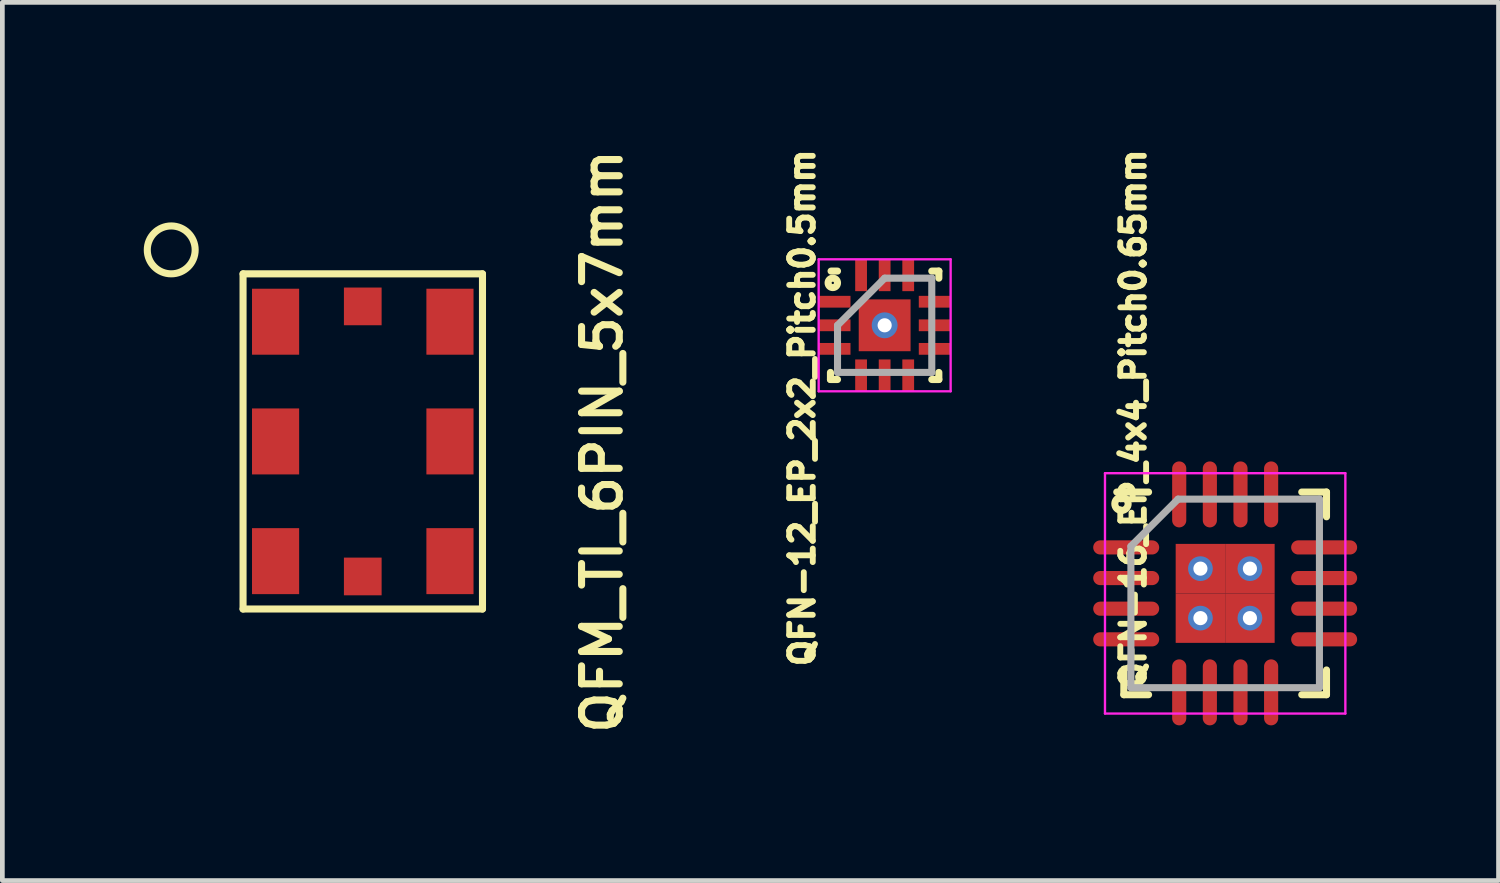
<source format=kicad_pcb>
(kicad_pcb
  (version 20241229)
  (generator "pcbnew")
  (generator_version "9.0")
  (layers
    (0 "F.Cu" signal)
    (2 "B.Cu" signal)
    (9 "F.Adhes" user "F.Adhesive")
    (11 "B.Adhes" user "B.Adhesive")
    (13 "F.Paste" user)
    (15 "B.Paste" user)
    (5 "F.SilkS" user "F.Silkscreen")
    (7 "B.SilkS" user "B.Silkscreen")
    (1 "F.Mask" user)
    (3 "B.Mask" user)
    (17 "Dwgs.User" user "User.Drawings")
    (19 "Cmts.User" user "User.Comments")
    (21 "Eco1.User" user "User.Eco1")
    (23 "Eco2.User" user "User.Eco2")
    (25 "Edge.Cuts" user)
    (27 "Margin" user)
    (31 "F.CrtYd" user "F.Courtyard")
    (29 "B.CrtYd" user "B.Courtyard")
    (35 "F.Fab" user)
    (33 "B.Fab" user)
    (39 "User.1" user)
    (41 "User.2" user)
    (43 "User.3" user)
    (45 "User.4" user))
  (footprint "QFN-12_EP_2x2_Pitch0.5mm"
    (layer "F.Cu")
    (at 15.72 3.852)
    (property "Reference" "QFN-12_EP_2x2_Pitch0.5mm" (at -1.75 1.75 90) (layer "F.SilkS") (effects (font (size 0.5 0.5) (thickness 0.125))))
    (attr smd)
    (fp_line (start -1.15 1.15) (end -1.15 1) (stroke (width 0.15) (type solid)) (layer "F.SilkS"))
    (fp_line (start -1 -1.15) (end -1.137 -1.15) (stroke (width 0.15) (type solid)) (layer "F.SilkS"))
    (fp_line (start -1 1.15) (end -1.15 1.15) (stroke (width 0.15) (type solid)) (layer "F.SilkS"))
    (fp_line (start 1 -1.15) (end 1.15 -1.15) (stroke (width 0.15) (type solid)) (layer "F.SilkS"))
    (fp_line (start 1 1.15) (end 1.15 1.15) (stroke (width 0.15) (type solid)) (layer "F.SilkS"))
    (fp_line (start 1.15 -1.15) (end 1.15 -1) (stroke (width 0.15) (type solid)) (layer "F.SilkS"))
    (fp_line (start 1.15 1.15) (end 1.15 1) (stroke (width 0.15) (type solid)) (layer "F.SilkS"))
    (fp_circle (center -1.1 -0.9) (end -1.1 -1) (stroke (width 0.15) (type solid)) (fill no) (layer "F.SilkS"))
    (fp_line (start -1.4 -1.4) (end 1.4 -1.4) (stroke (width 0.05) (type solid)) (layer "F.CrtYd"))
    (fp_line (start -1.4 1.4) (end -1.4 -1.4) (stroke (width 0.05) (type solid)) (layer "F.CrtYd"))
    (fp_line (start 1.4 -1.4) (end 1.4 1.4) (stroke (width 0.05) (type solid)) (layer "F.CrtYd"))
    (fp_line (start 1.4 1.4) (end -1.4 1.4) (stroke (width 0.05) (type solid)) (layer "F.CrtYd"))
    (fp_line (start -1 0) (end -1 1) (stroke (width 0.15) (type solid)) (layer "F.Fab"))
    (fp_line (start -1 1) (end 1 1) (stroke (width 0.15) (type solid)) (layer "F.Fab"))
    (fp_line (start 0 -1) (end -1 0) (stroke (width 0.15) (type solid)) (layer "F.Fab"))
    (fp_line (start 1 -1) (end 0 -1) (stroke (width 0.15) (type solid)) (layer "F.Fab"))
    (fp_line (start 1 1) (end 1 -1) (stroke (width 0.15) (type solid)) (layer "F.Fab"))
    (pad "1" smd rect (at -1.062 -0.5 90) (size 0.25 0.675) (layers "F.Cu" "F.Mask" "F.Paste"))
    (pad "2" smd rect (at -1.062 0 90) (size 0.25 0.675) (layers "F.Cu" "F.Mask" "F.Paste"))
    (pad "3" smd rect (at -1.062 0.5 90) (size 0.25 0.675) (layers "F.Cu" "F.Mask" "F.Paste"))
    (pad "4" smd rect (at -0.5 1.062) (size 0.25 0.675) (layers "F.Cu" "F.Mask" "F.Paste"))
    (pad "5" smd rect (at 0 1.062) (size 0.25 0.675) (layers "F.Cu" "F.Mask" "F.Paste"))
    (pad "6" smd rect (at 0.5 1.062) (size 0.25 0.675) (layers "F.Cu" "F.Mask" "F.Paste"))
    (pad "7" smd rect (at 1.062 0.5 90) (size 0.25 0.675) (layers "F.Cu" "F.Mask" "F.Paste"))
    (pad "8" smd rect (at 1.062 0 90) (size 0.25 0.675) (layers "F.Cu" "F.Mask" "F.Paste"))
    (pad "9" smd rect (at 1.062 -0.5 90) (size 0.25 0.675) (layers "F.Cu" "F.Mask" "F.Paste"))
    (pad "10" smd rect (at 0.5 -1.062) (size 0.25 0.675) (layers "F.Cu" "F.Mask" "F.Paste"))
    (pad "11" smd rect (at 0 -1.062) (size 0.25 0.675) (layers "F.Cu" "F.Mask" "F.Paste"))
    (pad "12" smd rect (at -0.5 -1.062) (size 0.25 0.675) (layers "F.Cu" "F.Mask" "F.Paste"))
    (pad "13" thru_hole circle (at 0 0) (size 0.55 0.55) (drill 0.3) (layers "*.Cu" "*.Mask"))
    (pad "13" smd rect (at 0 0) (size 1.1 1.1) (layers "F.Cu" "F.Mask" "F.Paste")))
  (footprint "QFM_TI_6PIN_5x7mm"
    (layer "F.Cu")
    (at 4.647 6.316)
    (property "Reference" "QFM_TI_6PIN_5x7mm" (at 5.08 0 90) (layer "F.SilkS") (effects (font (size 0.8 0.8) (thickness 0.15))))
    (attr smd)
    (fp_line (start -2.54 -3.556) (end 2.54 -3.556) (stroke (width 0.15) (type solid)) (layer "F.SilkS"))
    (fp_line (start -2.54 3.556) (end -2.54 -3.556) (stroke (width 0.15) (type solid)) (layer "F.SilkS"))
    (fp_line (start 2.54 -3.556) (end 2.54 3.556) (stroke (width 0.15) (type solid)) (layer "F.SilkS"))
    (fp_line (start 2.54 3.556) (end -2.54 3.556) (stroke (width 0.15) (type solid)) (layer "F.SilkS"))
    (fp_circle (center -4.064 -4.064) (end -3.556 -4.064) (stroke (width 0.15) (type solid)) (fill no) (layer "F.SilkS"))
    (pad "1" smd rect (at -1.85 -2.54) (size 1 1.4) (layers "F.Cu" "F.Mask" "F.Paste"))
    (pad "2" smd rect (at -1.85 0) (size 1 1.4) (layers "F.Cu" "F.Mask" "F.Paste"))
    (pad "3" smd rect (at -1.85 2.54) (size 1 1.4) (layers "F.Cu" "F.Mask" "F.Paste"))
    (pad "4" smd rect (at 1.85 2.54) (size 1 1.4) (layers "F.Cu" "F.Mask" "F.Paste"))
    (pad "5" smd rect (at 1.85 0) (size 1 1.4) (layers "F.Cu" "F.Mask" "F.Paste"))
    (pad "6" smd rect (at 1.85 -2.54) (size 1 1.4) (layers "F.Cu" "F.Mask" "F.Paste"))
    (pad "7" smd rect (at 0 -2.865) (size 0.8 0.8) (layers "F.Cu" "F.Mask" "F.Paste"))
    (pad "8" smd rect (at 0 2.865) (size 0.8 0.8) (layers "F.Cu" "F.Mask" "F.Paste")))
  (footprint "QFN-16_EP_4x4_Pitch0.65mm"
    (layer "F.Cu")
    (at 22.945 9.54)
    (property "Reference" "QFN-16_EP_4x4_Pitch0.65mm" (at -1.95 -3.7 90) (layer "F.SilkS") (effects (font (size 0.5 0.5) (thickness 0.125))))
    (attr smd)
    (fp_line (start -2.15 2.15) (end -2.15 1.625) (stroke (width 0.15) (type solid)) (layer "F.SilkS"))
    (fp_line (start -1.625 -2.15) (end -2.3 -2.15) (stroke (width 0.15) (type solid)) (layer "F.SilkS"))
    (fp_line (start -1.625 2.15) (end -2.15 2.15) (stroke (width 0.15) (type solid)) (layer "F.SilkS"))
    (fp_line (start 1.625 -2.15) (end 2.15 -2.15) (stroke (width 0.15) (type solid)) (layer "F.SilkS"))
    (fp_line (start 1.625 2.15) (end 2.15 2.15) (stroke (width 0.15) (type solid)) (layer "F.SilkS"))
    (fp_line (start 2.15 -2.15) (end 2.15 -1.625) (stroke (width 0.15) (type solid)) (layer "F.SilkS"))
    (fp_line (start 2.15 2.15) (end 2.15 1.625) (stroke (width 0.15) (type solid)) (layer "F.SilkS"))
    (fp_circle (center -2.2 -1.9) (end -2.1 -1.8) (stroke (width 0.15) (type solid)) (fill no) (layer "F.SilkS"))
    (fp_line (start -2.55 -2.55) (end 2.55 -2.55) (stroke (width 0.05) (type solid)) (layer "F.CrtYd"))
    (fp_line (start -2.55 2.55) (end -2.55 -2.55) (stroke (width 0.05) (type solid)) (layer "F.CrtYd"))
    (fp_line (start 2.55 -2.55) (end 2.55 2.55) (stroke (width 0.05) (type solid)) (layer "F.CrtYd"))
    (fp_line (start 2.55 2.55) (end -2.55 2.55) (stroke (width 0.05) (type solid)) (layer "F.CrtYd"))
    (fp_line (start -2 -1) (end -2 2) (stroke (width 0.15) (type solid)) (layer "F.Fab"))
    (fp_line (start -2 2) (end 2 2) (stroke (width 0.15) (type solid)) (layer "F.Fab"))
    (fp_line (start -1 -2) (end -2 -1) (stroke (width 0.15) (type solid)) (layer "F.Fab"))
    (fp_line (start 2 -2) (end -1 -2) (stroke (width 0.15) (type solid)) (layer "F.Fab"))
    (fp_line (start 2 2) (end 2 -2) (stroke (width 0.15) (type solid)) (layer "F.Fab"))
    (pad "1" smd oval (at -2.1 -0.975 90) (size 0.3 1.4) (layers "F.Cu" "F.Mask" "F.Paste"))
    (pad "2" smd oval (at -2.1 -0.325 90) (size 0.3 1.4) (layers "F.Cu" "F.Mask" "F.Paste"))
    (pad "3" smd oval (at -2.1 0.325 90) (size 0.3 1.4) (layers "F.Cu" "F.Mask" "F.Paste"))
    (pad "4" smd oval (at -2.1 0.975 90) (size 0.3 1.4) (layers "F.Cu" "F.Mask" "F.Paste"))
    (pad "5" smd oval (at -0.975 2.1) (size 0.3 1.4) (layers "F.Cu" "F.Mask" "F.Paste"))
    (pad "6" smd oval (at -0.325 2.1) (size 0.3 1.4) (layers "F.Cu" "F.Mask" "F.Paste"))
    (pad "7" smd oval (at 0.325 2.1) (size 0.3 1.4) (layers "F.Cu" "F.Mask" "F.Paste"))
    (pad "8" smd oval (at 0.975 2.1) (size 0.3 1.4) (layers "F.Cu" "F.Mask" "F.Paste"))
    (pad "9" smd oval (at 2.1 0.975 90) (size 0.3 1.4) (layers "F.Cu" "F.Mask" "F.Paste"))
    (pad "10" smd oval (at 2.1 0.325 90) (size 0.3 1.4) (layers "F.Cu" "F.Mask" "F.Paste"))
    (pad "11" smd oval (at 2.1 -0.325 90) (size 0.3 1.4) (layers "F.Cu" "F.Mask" "F.Paste"))
    (pad "12" smd oval (at 2.1 -0.975 90) (size 0.3 1.4) (layers "F.Cu" "F.Mask" "F.Paste"))
    (pad "13" smd oval (at 0.975 -2.1) (size 0.3 1.4) (layers "F.Cu" "F.Mask" "F.Paste"))
    (pad "14" smd oval (at 0.325 -2.1) (size 0.3 1.4) (layers "F.Cu" "F.Mask" "F.Paste"))
    (pad "15" smd oval (at -0.325 -2.1) (size 0.3 1.4) (layers "F.Cu" "F.Mask" "F.Paste"))
    (pad "16" smd oval (at -0.975 -2.1) (size 0.3 1.4) (layers "F.Cu" "F.Mask" "F.Paste"))
    (pad "17" thru_hole circle (at -0.525 -0.525) (size 0.525 0.525) (drill 0.3) (layers "*.Cu" "*.Mask"))
    (pad "17" smd rect (at -0.525 -0.525) (size 1.05 1.05) (layers "F.Cu" "F.Mask" "F.Paste"))
    (pad "17" thru_hole circle (at -0.525 0.525) (size 0.525 0.525) (drill 0.3) (layers "*.Cu" "*.Mask"))
    (pad "17" smd rect (at -0.525 0.525) (size 1.05 1.05) (layers "F.Cu" "F.Mask" "F.Paste"))
    (pad "17" thru_hole circle (at 0.525 -0.525) (size 0.525 0.525) (drill 0.3) (layers "*.Cu" "*.Mask"))
    (pad "17" smd rect (at 0.525 -0.525) (size 1.05 1.05) (layers "F.Cu" "F.Mask" "F.Paste"))
    (pad "17" thru_hole circle (at 0.525 0.525) (size 0.525 0.525) (drill 0.3) (layers "*.Cu" "*.Mask"))
    (pad "17" smd rect (at 0.525 0.525) (size 1.05 1.05) (layers "F.Cu" "F.Mask" "F.Paste")))
  (gr_rect
    (start -3 -3)
    (end 28.745 15.633)
    (stroke (width 0.1) (type default))
    (fill no)
    (layer "Edge.Cuts")))
</source>
